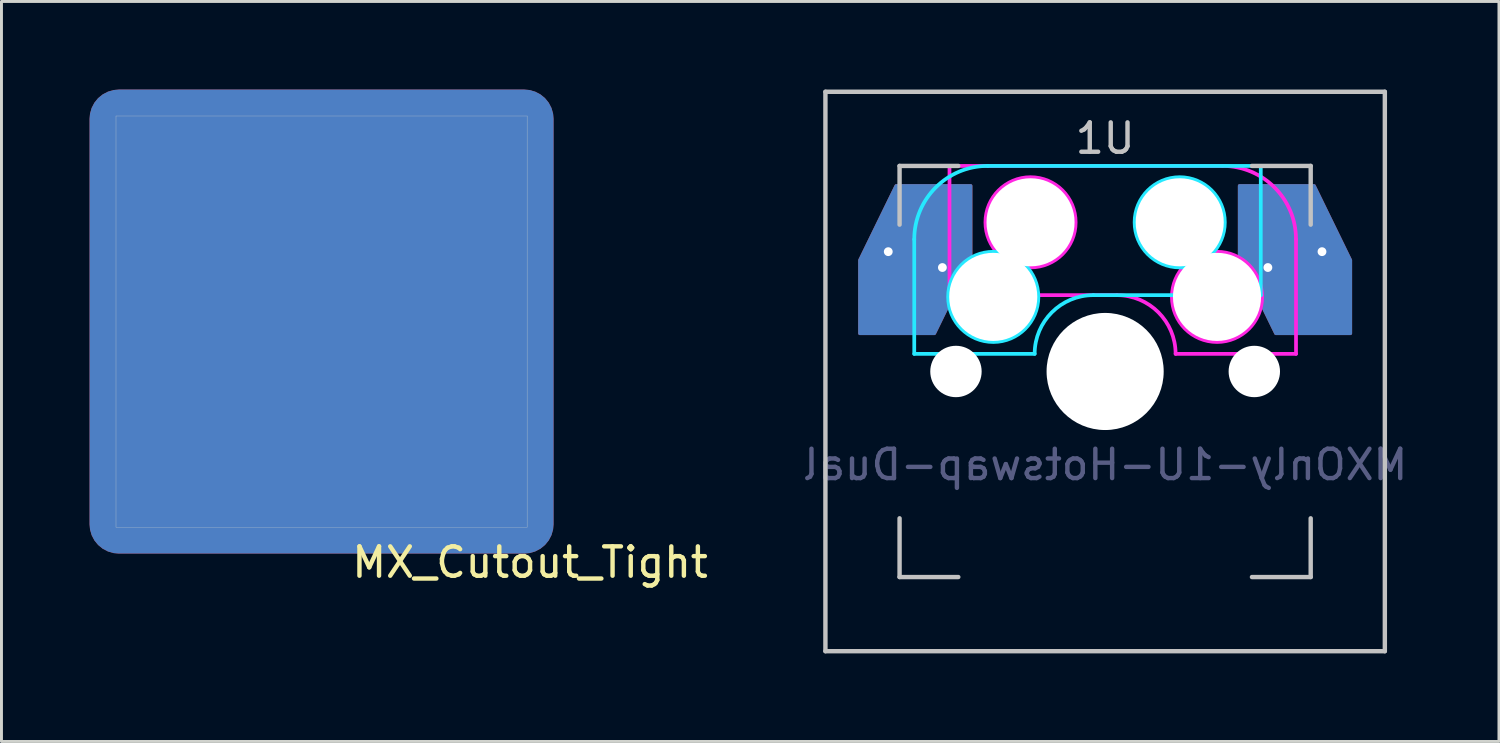
<source format=kicad_pcb>
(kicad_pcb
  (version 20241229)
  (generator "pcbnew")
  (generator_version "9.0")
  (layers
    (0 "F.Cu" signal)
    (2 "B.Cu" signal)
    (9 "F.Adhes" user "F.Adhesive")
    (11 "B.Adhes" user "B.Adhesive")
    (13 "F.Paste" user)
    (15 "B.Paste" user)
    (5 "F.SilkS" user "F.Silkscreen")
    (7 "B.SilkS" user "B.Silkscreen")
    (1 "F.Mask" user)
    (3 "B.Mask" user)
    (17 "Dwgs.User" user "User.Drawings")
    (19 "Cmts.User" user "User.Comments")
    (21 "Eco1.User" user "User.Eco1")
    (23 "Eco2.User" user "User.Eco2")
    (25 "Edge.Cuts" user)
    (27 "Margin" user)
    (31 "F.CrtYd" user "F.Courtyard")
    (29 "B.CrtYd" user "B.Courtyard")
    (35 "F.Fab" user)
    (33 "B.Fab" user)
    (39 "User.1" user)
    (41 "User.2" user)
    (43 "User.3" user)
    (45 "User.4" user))
  (footprint "MX_Cutout_Tight"
    (layer "F.Cu")
    (at 7.9 7.9)
    (property "Reference" "MX_Cutout_Tight" (at 7.1 8.2 0) (layer "F.SilkS") (effects (font (size 1 1) (thickness 0.15))))
    (attr through_hole)
    (fp_line (start -7 -7) (end 7 -7) (stroke (width 0.01) (type solid)) (layer "Edge.Cuts"))
    (fp_line (start -7 7) (end -7 -7) (stroke (width 0.01) (type solid)) (layer "Edge.Cuts"))
    (fp_line (start -7 7) (end 7 7) (stroke (width 0.01) (type solid)) (layer "Edge.Cuts"))
    (fp_line (start 7 -7) (end 7 7) (stroke (width 0.01) (type solid)) (layer "Edge.Cuts"))
    (pad "" smd roundrect (at 0 0 180) (size 15.8 15.8) (layers "F.Cu" "F.Mask") (roundrect_rratio 0.063))
    (pad "" smd roundrect (at 0 0 180) (size 15.8 15.8) (layers "B.Cu" "B.Mask") (roundrect_rratio 0.063)))
  (footprint "MXOnly-1U-Hotswap-Dual"
    (layer "F.Cu")
    (at 34.583 9.6)
    (property "Reference" "MXOnly-1U-Hotswap-Dual" (at 0 3.175 0) (layer "B.Fab") (effects (font (size 1 1) (thickness 0.15)) (justify mirror)))
    (attr smd)
    (fp_line (start -9.525 -9.525) (end 9.525 -9.525) (stroke (width 0.15) (type solid)) (layer "Dwgs.User"))
    (fp_line (start -9.525 9.525) (end -9.525 -9.525) (stroke (width 0.15) (type solid)) (layer "Dwgs.User"))
    (fp_line (start -7 -7) (end -7 -5) (stroke (width 0.15) (type solid)) (layer "Dwgs.User"))
    (fp_line (start -7 5) (end -7 7) (stroke (width 0.15) (type solid)) (layer "Dwgs.User"))
    (fp_line (start -7 7) (end -5 7) (stroke (width 0.15) (type solid)) (layer "Dwgs.User"))
    (fp_line (start -5 -7) (end -7 -7) (stroke (width 0.15) (type solid)) (layer "Dwgs.User"))
    (fp_line (start 5 7) (end 7 7) (stroke (width 0.15) (type solid)) (layer "Dwgs.User"))
    (fp_line (start 7 -7) (end 5 -7) (stroke (width 0.15) (type solid)) (layer "Dwgs.User"))
    (fp_line (start 7 -5) (end 7 -7) (stroke (width 0.15) (type solid)) (layer "Dwgs.User"))
    (fp_line (start 7 7) (end 7 5) (stroke (width 0.15) (type solid)) (layer "Dwgs.User"))
    (fp_line (start 9.525 -9.525) (end 9.525 9.525) (stroke (width 0.15) (type solid)) (layer "Dwgs.User"))
    (fp_line (start 9.525 9.525) (end -9.525 9.525) (stroke (width 0.15) (type solid)) (layer "Dwgs.User"))
    (fp_line (start -6.5 -4.5) (end -6.5 -0.6) (stroke (width 0.127) (type solid)) (layer "B.CrtYd"))
    (fp_line (start -6.5 -0.6) (end -2.4 -0.6) (stroke (width 0.127) (type solid)) (layer "B.CrtYd"))
    (fp_line (start -0.4 -2.6) (end 5.3 -2.6) (stroke (width 0.127) (type solid)) (layer "B.CrtYd"))
    (fp_line (start 5.3 -7) (end -4 -7) (stroke (width 0.127) (type solid)) (layer "B.CrtYd"))
    (fp_line (start 5.3 -7) (end 5.3 -2.6) (stroke (width 0.127) (type solid)) (layer "B.CrtYd"))
    (fp_arc (start -6.5 -4.5) (mid -5.767767 -6.267767) (end -4 -7) (stroke (width 0.127) (type solid)) (layer "B.CrtYd"))
    (fp_arc (start -2.4 -0.6) (mid -1.814214 -2.014214) (end -0.4 -2.6) (stroke (width 0.127) (type solid)) (layer "B.CrtYd"))
    (fp_circle (center -3.81 -2.54) (end -3.81 -4.064) (stroke (width 0.15) (type solid)) (fill no) (layer "B.CrtYd"))
    (fp_circle (center 2.54 -5.08) (end 2.54 -6.604) (stroke (width 0.15) (type solid)) (fill no) (layer "B.CrtYd"))
    (fp_line (start -5.3 -7) (end -5.3 -2.6) (stroke (width 0.127) (type solid)) (layer "F.CrtYd"))
    (fp_line (start -5.3 -7) (end 4 -7) (stroke (width 0.127) (type solid)) (layer "F.CrtYd"))
    (fp_line (start 0.4 -2.6) (end -5.3 -2.6) (stroke (width 0.127) (type solid)) (layer "F.CrtYd"))
    (fp_line (start 6.5 -4.5) (end 6.5 -0.6) (stroke (width 0.127) (type solid)) (layer "F.CrtYd"))
    (fp_line (start 6.5 -0.6) (end 2.4 -0.6) (stroke (width 0.127) (type solid)) (layer "F.CrtYd"))
    (fp_arc (start 0.4 -2.6) (mid 1.814214 -2.014214) (end 2.4 -0.6) (stroke (width 0.127) (type solid)) (layer "F.CrtYd"))
    (fp_arc (start 4 -7) (mid 5.767767 -6.267767) (end 6.5 -4.5) (stroke (width 0.127) (type solid)) (layer "F.CrtYd"))
    (fp_circle (center -2.54 -5.08) (end -2.54 -6.604) (stroke (width 0.15) (type solid)) (fill no) (layer "F.CrtYd"))
    (fp_circle (center 3.81 -2.54) (end 3.81 -4.064) (stroke (width 0.15) (type solid)) (fill no) (layer "F.CrtYd"))
    (fp_text user "1U" (at 0 -7.938 180) (layer "Dwgs.User") (effects (font (size 1 1) (thickness 0.15))))
    (pad "" np_thru_hole circle (at -5.08 0 48.1) (size 1.75 1.75) (drill 1.75) (layers "*.Cu" "*.Mask"))
    (pad "" np_thru_hole circle (at -3.81 -2.54) (size 3 3) (drill 3) (layers "*.Cu" "*.Mask"))
    (pad "" np_thru_hole circle (at -2.54 -5.08 180) (size 3 3) (drill 3) (layers "*.Cu" "*.Mask"))
    (pad "" np_thru_hole circle (at 0 0) (size 3.988 3.988) (drill 3.988) (layers "*.Cu" "*.Mask"))
    (pad "" np_thru_hole circle (at 2.54 -5.08) (size 3 3) (drill 3) (layers "*.Cu" "*.Mask"))
    (pad "" np_thru_hole circle (at 3.81 -2.54 180) (size 3 3) (drill 3) (layers "*.Cu" "*.Mask"))
    (pad "" np_thru_hole circle (at 5.08 0 48.1) (size 1.75 1.75) (drill 1.75) (layers "*.Cu" "*.Mask"))
    (pad "1" thru_hole circle (at -7.385 -4.08) (size 0.5 0.5) (drill 0.3) (layers "*.Cu" "*.Mask"))
    (pad "1" smd rect (at -7.085 -2.54) (size 2.55 2.5) (layers "B.Cu" "B.Mask" "B.Paste"))
    (pad "1" smd custom (at -7.085 -2.54) (size 2.55 2.5) (layers "F.Cu") (options (anchor rect)) (primitives (gr_poly (pts (xy 2.515 -1.29) (xy 1.275 1.25) (xy -1.275 1.25) (xy -1.275 -1.25) (xy -0.035 -3.79) (xy 2.515 -3.79)) (width 0.1) (fill yes))))
    (pad "1" smd rect (at -5.842 -5.08 180) (size 2.55 2.5) (layers "F.Cu" "F.Mask" "F.Paste"))
    (pad "1" smd custom (at -5.842 -5.08) (size 2.55 2.5) (layers "B.Cu") (options (anchor rect)) (primitives (gr_poly (pts (xy 1.272 1.25) (xy 0.032 3.79) (xy -2.518 3.79) (xy -2.518 1.29) (xy -1.278 -1.25) (xy 1.272 -1.25)) (width 0.1) (fill yes))))
    (pad "1" thru_hole circle (at -5.542 -3.54) (size 0.5 0.5) (drill 0.3) (layers "*.Cu" "*.Mask"))
    (pad "2" thru_hole circle (at 5.542 -3.54 180) (size 0.5 0.5) (drill 0.3) (layers "*.Cu" "*.Mask"))
    (pad "2" smd rect (at 5.842 -5.08) (size 2.55 2.5) (layers "B.Cu" "B.Mask" "B.Paste"))
    (pad "2" smd custom (at 5.842 -5.08) (size 2.55 2.5) (layers "F.Cu") (options (anchor rect)) (primitives (gr_poly (pts (xy -1.272 1.25) (xy -0.032 3.79) (xy 2.518 3.79) (xy 2.518 1.29) (xy 1.278 -1.25) (xy -1.272 -1.25)) (width 0.1) (fill yes))))
    (pad "2" smd rect (at 7.085 -2.54 180) (size 2.55 2.5) (layers "F.Cu" "F.Mask" "F.Paste"))
    (pad "2" smd custom (at 7.085 -2.54) (size 2.55 2.5) (layers "B.Cu") (options (anchor rect)) (primitives (gr_poly (pts (xy -2.515 -1.29) (xy -1.275 1.25) (xy 1.275 1.25) (xy 1.275 -1.25) (xy 0.035 -3.79) (xy -2.515 -3.79)) (width 0.1) (fill yes))))
    (pad "2" thru_hole circle (at 7.385 -4.08 180) (size 0.5 0.5) (drill 0.3) (layers "*.Cu" "*.Mask")))
  (gr_rect
    (start -3 -3)
    (end 47.994 22.2)
    (stroke (width 0.1) (type default))
    (fill no)
    (layer "Edge.Cuts")))
</source>
